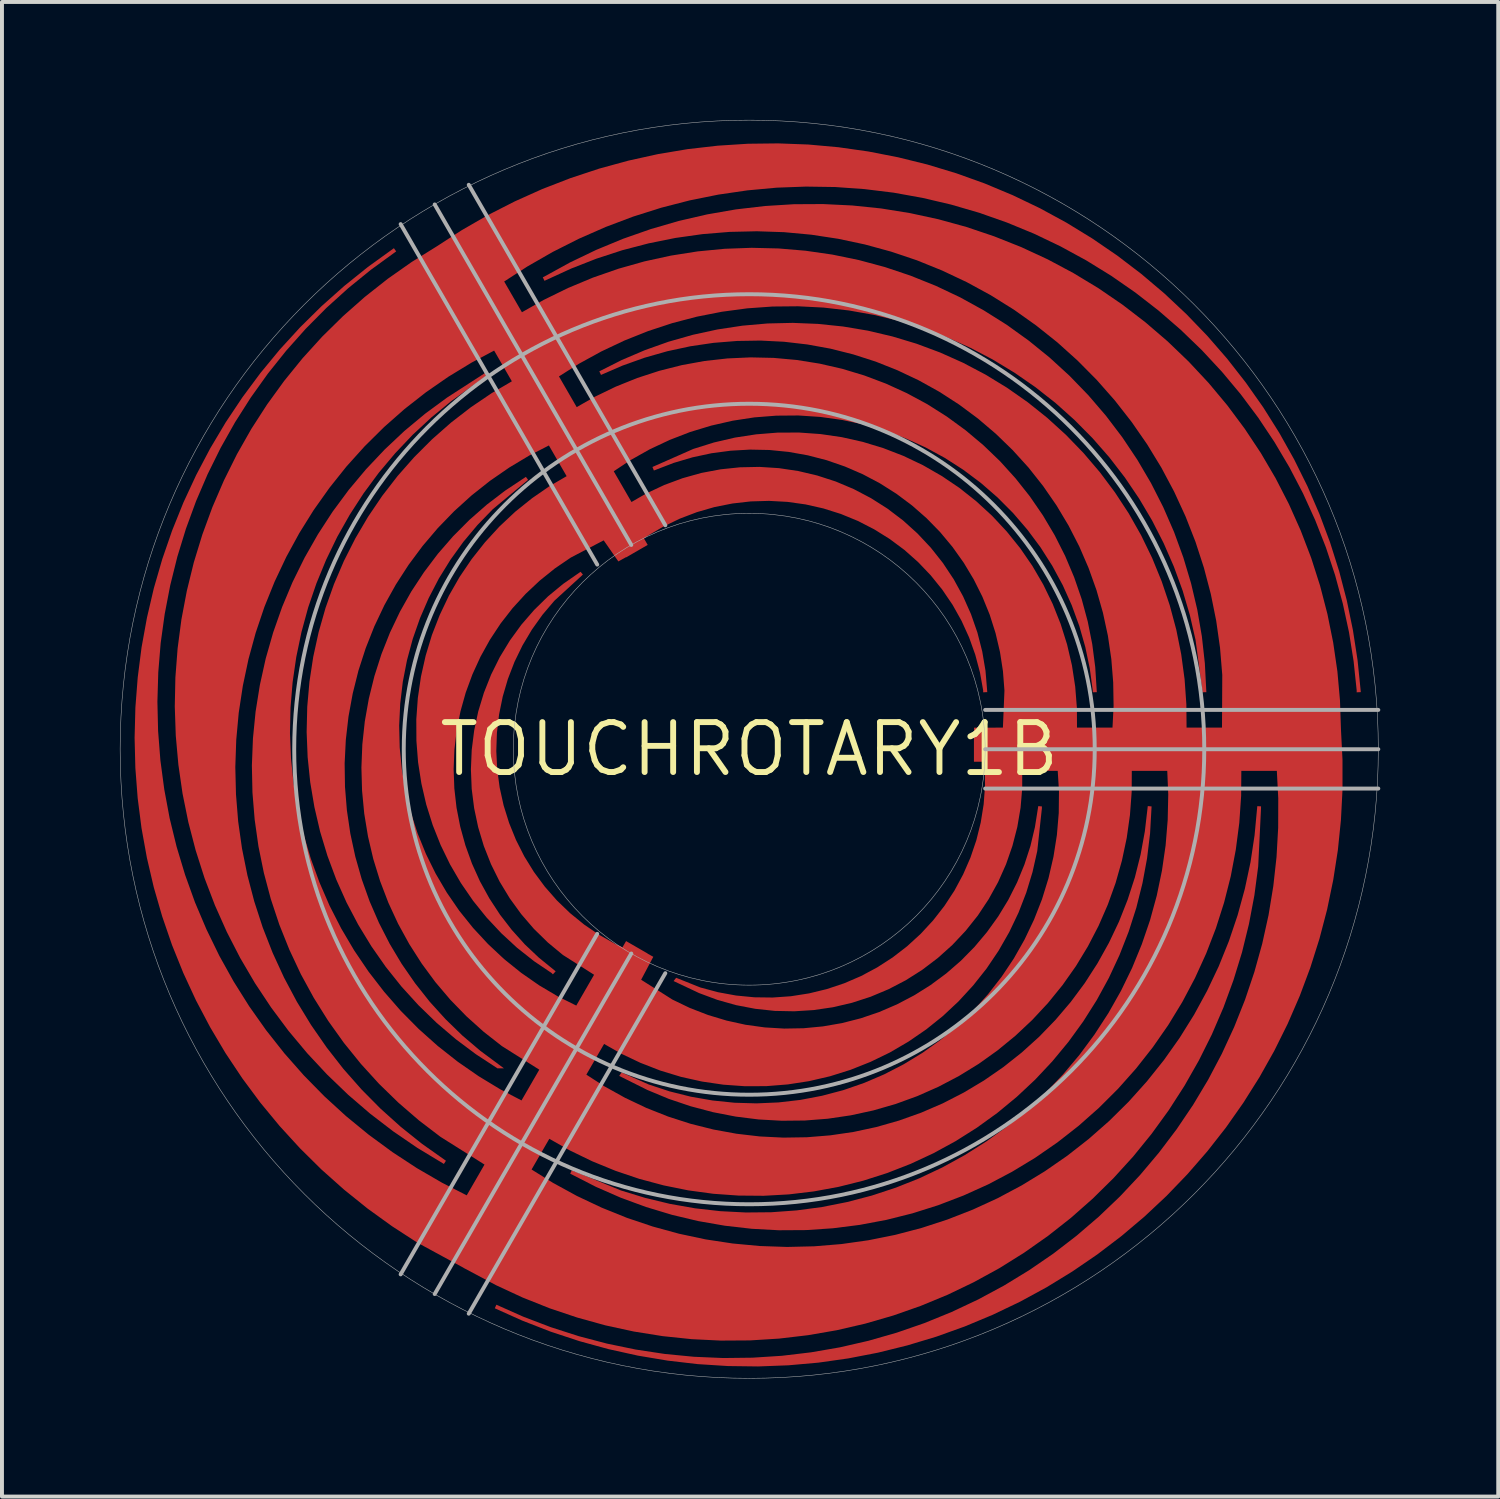
<source format=kicad_pcb>
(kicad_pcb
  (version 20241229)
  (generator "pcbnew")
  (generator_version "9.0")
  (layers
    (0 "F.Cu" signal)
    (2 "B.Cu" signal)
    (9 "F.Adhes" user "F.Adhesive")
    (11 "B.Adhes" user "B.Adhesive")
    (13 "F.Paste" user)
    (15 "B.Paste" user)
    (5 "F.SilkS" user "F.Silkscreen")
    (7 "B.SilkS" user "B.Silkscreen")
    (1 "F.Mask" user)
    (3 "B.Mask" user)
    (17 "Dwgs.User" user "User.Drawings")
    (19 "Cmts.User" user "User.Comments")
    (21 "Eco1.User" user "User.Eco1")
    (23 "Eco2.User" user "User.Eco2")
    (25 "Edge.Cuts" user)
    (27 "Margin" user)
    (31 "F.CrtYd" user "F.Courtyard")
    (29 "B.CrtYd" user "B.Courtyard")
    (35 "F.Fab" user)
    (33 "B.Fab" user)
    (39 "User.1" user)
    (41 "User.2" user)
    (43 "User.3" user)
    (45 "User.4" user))
  (footprint "TOUCHROTARY1B"
    (layer "F.Cu")
    (at 16.006 16.006)
    (property "Reference" "TOUCHROTARY1B" (at 0 0 0) (unlocked yes) (layer "F.SilkS") (effects (font (size 1.27 1.27) (thickness 0.15))))
    (fp_line (start -3.866 -4.696) (end -8.866 -13.356) (stroke (width 0.1) (type solid)) (layer "F.Fab"))
    (fp_line (start -3.866 4.696) (end -8.866 13.356) (stroke (width 0.1) (type solid)) (layer "F.Fab"))
    (fp_line (start -3 -5.196) (end -8 -13.856) (stroke (width 0.1) (type solid)) (layer "F.Fab"))
    (fp_line (start -3 5.196) (end -8 13.856) (stroke (width 0.1) (type solid)) (layer "F.Fab"))
    (fp_line (start -2.134 -5.696) (end -7.134 -14.356) (stroke (width 0.1) (type solid)) (layer "F.Fab"))
    (fp_line (start -2.134 5.696) (end -7.134 14.356) (stroke (width 0.1) (type solid)) (layer "F.Fab"))
    (fp_line (start 6 -1) (end 16 -1) (stroke (width 0.1) (type solid)) (layer "F.Fab"))
    (fp_line (start 6 0) (end 16 0) (stroke (width 0.1) (type solid)) (layer "F.Fab"))
    (fp_line (start 6 1) (end 16 1) (stroke (width 0.1) (type solid)) (layer "F.Fab"))
    (fp_circle (center 0 0) (end 6 0) (stroke (width 0.013) (type solid)) (fill no) (layer "F.Fab"))
    (fp_circle (center 0 0) (end 8.787 0) (stroke (width 0.1) (type solid)) (fill no) (layer "F.Fab"))
    (fp_circle (center 0 0) (end 11.573 0) (stroke (width 0.1) (type solid)) (fill no) (layer "F.Fab"))
    (fp_circle (center 0 0) (end 16 0) (stroke (width 0.013) (type solid)) (fill no) (layer "F.Fab"))
    (pad "P0" smd custom (at 6.35 0) (size 1.27 0.635) (layers "F.Cu") (options (anchor rect)) (primitives (gr_poly (pts (xy -3.732 -13.83) (xy -2.994 -13.754) (xy -2.262 -13.636) (xy -1.537 -13.479) (xy -0.822 -13.282) (xy -0.12 -13.045) (xy 0.569 -12.771) (xy 1.242 -12.459) (xy 1.896 -12.11) (xy 2.531 -11.726) (xy 3.143 -11.307) (xy 3.731 -10.855) (xy 4.293 -10.372) (xy 4.828 -9.858) (xy 5.334 -9.316) (xy 5.809 -8.747) (xy 6.252 -8.152) (xy 6.662 -7.534) (xy 7.037 -6.894) (xy 7.376 -6.235) (xy 7.678 -5.558) (xy 7.943 -4.865) (xy 8.169 -4.158) (xy 8.355 -3.441) (xy 8.502 -2.714) (xy 8.609 -1.98) (xy 8.675 -1.241) (xy 8.7 -0.502) (xy 8.739 0.264) (xy 8.739 1.033) (xy 8.699 1.801) (xy 8.621 2.566) (xy 8.503 3.326) (xy 8.347 4.079) (xy 8.152 4.823) (xy 7.92 5.556) (xy 7.651 6.276) (xy 7.345 6.982) (xy 7.003 7.671) (xy 6.627 8.341) (xy 6.217 8.992) (xy 5.775 9.621) (xy 5.301 10.226) (xy 4.796 10.807) (xy 4.263 11.361) (xy 3.702 11.887) (xy 3.115 12.383) (xy 2.503 12.849) (xy 1.868 13.283) (xy 1.212 13.685) (xy 0.537 14.052) (xy -0.157 14.384) (xy -0.866 14.68) (xy -1.59 14.94) (xy -2.326 15.162) (xy -3.073 15.347) (xy -3.828 15.493) (xy -4.589 15.601) (xy -5.355 15.669) (xy -6.123 15.698) (xy -6.892 15.688) (xy -7.66 15.639) (xy -8.424 15.55) (xy -9.182 15.423) (xy -9.933 15.257) (xy -10.674 15.053) (xy -11.404 14.812) (xy -12.121 14.533) (xy -12.821 14.219) (xy -12.801 14.173) (xy -12.801 14.173) (xy -12.781 14.128) (xy -12.098 14.432) (xy -11.401 14.698) (xy -10.69 14.927) (xy -9.968 15.117) (xy -9.238 15.268) (xy -8.5 15.38) (xy -7.757 15.452) (xy -7.011 15.484) (xy -6.265 15.475) (xy -5.52 15.427) (xy -4.779 15.339) (xy -4.044 15.212) (xy -3.317 15.045) (xy -2.599 14.839) (xy -1.894 14.595) (xy -1.203 14.313) (xy -0.528 13.995) (xy 0.129 13.641) (xy 0.766 13.252) (xy 1.382 12.83) (xy 1.973 12.375) (xy 2.54 11.889) (xy 3.079 11.374) (xy 3.59 10.83) (xy 4.071 10.259) (xy 4.521 9.664) (xy 4.939 9.045) (xy 5.322 8.405) (xy 5.67 7.745) (xy 5.983 7.067) (xy 6.259 6.374) (xy 6.497 5.666) (xy 6.697 4.947) (xy 6.858 4.219) (xy 6.979 3.482) (xy 7.061 2.741) (xy 7.103 1.995) (xy 7.105 1.249) (xy 7.069 0.55) (xy 6.166 0.55) (xy 6.161 1.187) (xy 6.114 1.873) (xy 6.025 2.555) (xy 5.897 3.231) (xy 5.728 3.897) (xy 5.519 4.553) (xy 5.272 5.194) (xy 4.987 5.82) (xy 4.665 6.428) (xy 4.307 7.015) (xy 3.914 7.58) (xy 3.489 8.12) (xy 3.032 8.634) (xy 2.545 9.12) (xy 2.03 9.576) (xy 1.488 10) (xy 0.922 10.391) (xy 0.334 10.747) (xy -0.274 11.068) (xy -0.901 11.351) (xy -1.543 11.597) (xy -2.199 11.804) (xy -2.866 11.971) (xy -3.542 12.098) (xy -4.225 12.184) (xy -4.911 12.23) (xy -5.599 12.234) (xy -6.285 12.197) (xy -6.969 12.119) (xy -7.646 12.001) (xy -8.315 11.842) (xy -8.974 11.643) (xy -9.619 11.406) (xy -10.249 11.13) (xy -10.903 10.795) (xy -10.863 10.708) (xy -9.616 11.221) (xy -8.997 11.411) (xy -8.367 11.563) (xy -7.729 11.676) (xy -7.084 11.749) (xy -6.437 11.782) (xy -5.789 11.776) (xy -5.142 11.729) (xy -4.499 11.643) (xy -3.863 11.517) (xy -3.236 11.353) (xy -2.62 11.15) (xy -2.018 10.91) (xy -1.432 10.633) (xy -0.864 10.32) (xy -0.316 9.973) (xy 0.209 9.594) (xy 0.71 9.182) (xy 1.185 8.74) (xy 1.631 8.27) (xy 2.048 7.774) (xy 2.433 7.253) (xy 2.786 6.709) (xy 3.105 6.144) (xy 3.388 5.561) (xy 3.634 4.961) (xy 3.844 4.347) (xy 4.015 3.722) (xy 4.147 3.087) (xy 4.24 2.446) (xy 4.293 1.8) (xy 4.307 1.151) (xy 4.282 0.55) (xy 3.38 0.55) (xy 3.377 1.087) (xy 3.333 1.674) (xy 3.251 2.256) (xy 3.129 2.832) (xy 2.969 3.398) (xy 2.77 3.952) (xy 2.535 4.491) (xy 2.264 5.013) (xy 1.959 5.516) (xy 1.62 5.997) (xy 1.249 6.454) (xy 0.849 6.884) (xy 0.42 7.287) (xy -0.035 7.66) (xy -0.514 8.002) (xy -1.015 8.31) (xy -1.536 8.584) (xy -2.074 8.822) (xy -2.627 9.023) (xy -3.192 9.186) (xy -3.767 9.311) (xy -4.349 9.397) (xy -4.935 9.443) (xy -5.524 9.449) (xy -6.111 9.416) (xy -6.695 9.343) (xy -7.272 9.231) (xy -7.841 9.08) (xy -8.398 8.892) (xy -8.941 8.666) (xy -9.657 8.309) (xy -9.598 8.22) (xy -8.906 8.527) (xy -8.375 8.702) (xy -7.832 8.838) (xy -7.281 8.934) (xy -6.724 8.991) (xy -6.165 9.007) (xy -5.606 8.983) (xy -5.05 8.919) (xy -4.5 8.814) (xy -3.959 8.671) (xy -3.43 8.488) (xy -2.916 8.268) (xy -2.419 8.011) (xy -1.941 7.72) (xy -1.486 7.394) (xy -1.056 7.036) (xy -0.652 6.649) (xy -0.278 6.233) (xy 0.066 5.791) (xy 0.377 5.326) (xy 0.653 4.839) (xy 0.893 4.334) (xy 1.097 3.813) (xy 1.262 3.278) (xy 1.388 2.733) (xy 1.475 2.181) (xy 1.522 1.623) (xy 1.528 1.063) (xy 1.496 0.55) (xy 0.593 0.55) (xy 0.593 0.994) (xy 0.551 1.489) (xy 0.468 1.978) (xy 0.344 2.458) (xy 0.181 2.927) (xy -0.021 3.38) (xy -0.261 3.814) (xy -0.535 4.228) (xy -0.844 4.616) (xy -1.184 4.978) (xy -1.553 5.309) (xy -1.948 5.609) (xy -2.367 5.875) (xy -2.807 6.104) (xy -3.265 6.296) (xy -3.737 6.449) (xy -4.22 6.562) (xy -4.711 6.634) (xy -5.206 6.665) (xy -5.702 6.655) (xy -6.195 6.602) (xy -6.683 6.509) (xy -7.16 6.375) (xy -7.625 6.202) (xy -8.274 5.896) (xy -8.209 5.813) (xy -7.594 6.059) (xy -7.144 6.18) (xy -6.685 6.264) (xy -6.221 6.309) (xy -5.754 6.315) (xy -5.289 6.282) (xy -4.829 6.21) (xy -4.376 6.1) (xy -3.933 5.952) (xy -3.505 5.768) (xy -3.094 5.548) (xy -2.702 5.295) (xy -2.333 5.01) (xy -1.989 4.695) (xy -1.673 4.353) (xy -1.386 3.985) (xy -1.131 3.595) (xy -0.91 3.184) (xy -0.724 2.757) (xy -0.574 2.315) (xy -0.462 1.863) (xy -0.388 1.402) (xy -0.353 0.937) (xy -0.357 0.471) (xy -0.395 0.055) (xy -0.635 0) (xy -0.632 -0.548) (xy 0.102 -0.55) (xy 0.141 -1.492) (xy 0.103 -1.984) (xy 0.028 -2.471) (xy -0.085 -2.952) (xy -0.234 -3.422) (xy -0.42 -3.879) (xy -0.641 -4.321) (xy -0.895 -4.744) (xy -1.181 -5.146) (xy -1.497 -5.525) (xy -1.842 -5.878) (xy -2.213 -6.203) (xy -2.609 -6.499) (xy -3.026 -6.763) (xy -3.462 -6.994) (xy -3.915 -7.19) (xy -4.381 -7.351) (xy -4.859 -7.475) (xy -5.345 -7.562) (xy -5.836 -7.611) (xy -6.329 -7.621) (xy -6.822 -7.593) (xy -7.311 -7.528) (xy -7.794 -7.424) (xy -8.267 -7.284) (xy -8.775 -7.089) (xy -8.812 -7.179) (xy -7.772 -7.638) (xy -7.248 -7.802) (xy -6.716 -7.926) (xy -6.175 -8.009) (xy -5.629 -8.053) (xy -5.082 -8.055) (xy -4.536 -8.016) (xy -3.995 -7.937) (xy -3.461 -7.817) (xy -2.938 -7.658) (xy -2.427 -7.46) (xy -1.933 -7.225) (xy -1.459 -6.953) (xy -1.005 -6.647) (xy -0.576 -6.307) (xy -0.173 -5.937) (xy 0.2 -5.537) (xy 0.543 -5.111) (xy 0.853 -4.66) (xy 1.129 -4.187) (xy 1.368 -3.695) (xy 1.57 -3.187) (xy 1.734 -2.665) (xy 1.858 -2.132) (xy 1.941 -1.591) (xy 1.984 -1.045) (xy 1.986 -0.55) (xy 2.889 -0.55) (xy 2.917 -1.101) (xy 2.907 -1.699) (xy 2.859 -2.295) (xy 2.772 -2.887) (xy 2.646 -3.471) (xy 2.482 -4.046) (xy 2.281 -4.609) (xy 2.044 -5.158) (xy 1.771 -5.69) (xy 1.464 -6.203) (xy 1.124 -6.695) (xy 0.753 -7.164) (xy 0.351 -7.607) (xy -0.078 -8.023) (xy -0.534 -8.411) (xy -1.013 -8.767) (xy -1.516 -9.092) (xy -2.038 -9.382) (xy -2.579 -9.638) (xy -3.134 -9.859) (xy -3.704 -10.042) (xy -4.283 -10.188) (xy -4.872 -10.295) (xy -5.466 -10.364) (xy -6.063 -10.394) (xy -6.661 -10.384) (xy -7.257 -10.336) (xy -7.848 -10.249) (xy -8.433 -10.123) (xy -9.008 -9.959) (xy -9.571 -9.758) (xy -10.121 -9.52) (xy -10.141 -9.566) (xy -10.141 -9.566) (xy -10.164 -9.611) (xy -9.593 -9.899) (xy -9.003 -10.151) (xy -8.399 -10.366) (xy -7.783 -10.541) (xy -7.156 -10.677) (xy -6.522 -10.773) (xy -5.884 -10.829) (xy -5.243 -10.844) (xy -4.602 -10.818) (xy -3.965 -10.752) (xy -3.333 -10.646) (xy -2.709 -10.499) (xy -2.095 -10.314) (xy -1.494 -10.09) (xy -0.909 -9.828) (xy -0.342 -9.529) (xy 0.205 -9.195) (xy 0.73 -8.828) (xy 1.231 -8.427) (xy 1.705 -7.996) (xy 2.151 -7.535) (xy 2.567 -7.047) (xy 2.951 -6.534) (xy 3.302 -5.998) (xy 3.618 -5.44) (xy 3.898 -4.863) (xy 4.14 -4.27) (xy 4.345 -3.662) (xy 4.511 -3.043) (xy 4.637 -2.414) (xy 4.723 -1.779) (xy 4.768 -1.14) (xy 4.773 -0.55) (xy 5.674 -0.55) (xy 5.681 -1.89) (xy 5.624 -2.58) (xy 5.527 -3.266) (xy 5.39 -3.946) (xy 5.214 -4.616) (xy 5 -5.275) (xy 4.747 -5.921) (xy 4.457 -6.551) (xy 4.132 -7.162) (xy 3.771 -7.754) (xy 3.376 -8.324) (xy 2.949 -8.87) (xy 2.491 -9.39) (xy 2.003 -9.883) (xy 1.488 -10.347) (xy 0.946 -10.779) (xy 0.381 -11.18) (xy -0.207 -11.547) (xy -0.816 -11.879) (xy -1.443 -12.175) (xy -2.085 -12.435) (xy -2.742 -12.656) (xy -3.411 -12.839) (xy -4.089 -12.983) (xy -4.774 -13.087) (xy -5.465 -13.151) (xy -6.157 -13.174) (xy -6.85 -13.158) (xy -7.541 -13.101) (xy -8.228 -13.004) (xy -8.907 -12.867) (xy -9.578 -12.692) (xy -10.237 -12.477) (xy -10.882 -12.224) (xy -11.558 -11.914) (xy -11.601 -12.002) (xy -11.558 -12.024) (xy -10.91 -12.38) (xy -10.241 -12.701) (xy -9.556 -12.984) (xy -8.856 -13.229) (xy -8.144 -13.436) (xy -7.421 -13.603) (xy -6.691 -13.73) (xy -5.954 -13.816) (xy -5.214 -13.862) (xy -4.472 -13.866)) (width 0) (fill yes))))
    (pad "P1" smd custom (at -3.175 -5.588 120) (size 1.27 0.635) (layers "F.Cu") (options (anchor rect)) (primitives (gr_poly (pts (xy 6.141 8.948) (xy 5.698 9.577) (xy 5.224 10.182) (xy 4.719 10.762) (xy 4.186 11.316) (xy 3.625 11.842) (xy 3.038 12.339) (xy 2.426 12.805) (xy 1.792 13.239) (xy 1.136 13.64) (xy 0.46 14.007) (xy -0.234 14.34) (xy -0.943 14.636) (xy -1.667 14.896) (xy -2.403 15.118) (xy -3.15 15.303) (xy -3.904 15.449) (xy -4.666 15.556) (xy -5.432 15.625) (xy -6.2 15.654) (xy -6.969 15.644) (xy -7.737 15.595) (xy -8.5 15.506) (xy -9.259 15.379) (xy -10.01 15.213) (xy -10.751 15.009) (xy -11.481 14.767) (xy -12.198 14.489) (xy -12.946 14.153) (xy -12.898 14.059) (xy -12.855 14.084) (xy -12.174 14.387) (xy -11.477 14.654) (xy -10.767 14.882) (xy -10.045 15.073) (xy -9.314 15.224) (xy -8.577 15.335) (xy -7.834 15.407) (xy -7.088 15.439) (xy -6.342 15.431) (xy -5.597 15.383) (xy -4.856 15.295) (xy -4.121 15.167) (xy -3.393 15) (xy -2.676 14.794) (xy -1.971 14.55) (xy -1.28 14.269) (xy -0.605 13.951) (xy 0.052 13.597) (xy 0.689 13.208) (xy 1.305 12.786) (xy 1.896 12.331) (xy 2.463 11.845) (xy 3.002 11.329) (xy 3.513 10.785) (xy 3.995 10.215) (xy 4.444 9.619) (xy 4.862 9.001) (xy 5.245 8.36) (xy 5.594 7.701) (xy 5.906 7.023) (xy 6.182 6.329) (xy 6.42 5.622) (xy 6.62 4.903) (xy 6.781 4.174) (xy 6.902 3.438) (xy 6.984 2.696) (xy 7.026 1.951) (xy 7.028 1.205) (xy 6.992 0.506) (xy 6.089 0.506) (xy 6.084 1.142) (xy 6.037 1.829) (xy 5.949 2.511) (xy 5.82 3.186) (xy 5.651 3.853) (xy 5.442 4.508) (xy 5.195 5.15) (xy 4.91 5.776) (xy 4.588 6.384) (xy 4.23 6.971) (xy 3.837 7.536) (xy 3.412 8.076) (xy 2.955 8.59) (xy 2.468 9.076) (xy 1.953 9.531) (xy 1.411 9.956) (xy 0.846 10.347) (xy 0.257 10.703) (xy -0.351 11.024) (xy -0.978 11.307) (xy -1.62 11.553) (xy -2.276 11.76) (xy -2.943 11.927) (xy -3.619 12.054) (xy -4.301 12.14) (xy -4.988 12.185) (xy -5.676 12.19) (xy -6.362 12.153) (xy -7.046 12.075) (xy -7.723 11.956) (xy -8.392 11.797) (xy -9.051 11.599) (xy -9.696 11.361) (xy -10.326 11.085) (xy -10.983 10.75) (xy -10.934 10.659) (xy -10.892 10.683) (xy -9.693 11.177) (xy -9.074 11.367) (xy -8.444 11.519) (xy -7.805 11.631) (xy -7.161 11.704) (xy -6.514 11.738) (xy -5.866 11.731) (xy -5.219 11.685) (xy -4.576 11.599) (xy -3.94 11.473) (xy -3.313 11.308) (xy -2.697 11.106) (xy -2.095 10.865) (xy -1.509 10.588) (xy -0.941 10.276) (xy -0.393 9.929) (xy 0.132 9.549) (xy 0.633 9.138) (xy 1.108 8.696) (xy 1.554 8.226) (xy 1.971 7.73) (xy 2.357 7.208) (xy 2.709 6.664) (xy 3.028 6.099) (xy 3.311 5.516) (xy 3.557 4.917) (xy 3.767 4.303) (xy 3.938 3.678) (xy 4.07 3.043) (xy 4.163 2.401) (xy 4.216 1.755) (xy 4.23 1.107) (xy 4.205 0.506) (xy 3.303 0.506) (xy 3.3 1.043) (xy 3.257 1.629) (xy 3.174 2.212) (xy 3.052 2.787) (xy 2.892 3.353) (xy 2.694 3.907) (xy 2.458 4.446) (xy 2.187 4.969) (xy 1.882 5.471) (xy 1.543 5.952) (xy 1.172 6.409) (xy 0.772 6.84) (xy 0.343 7.243) (xy -0.112 7.616) (xy -0.591 7.957) (xy -1.092 8.266) (xy -1.613 8.539) (xy -2.151 8.777) (xy -2.704 8.978) (xy -3.269 9.142) (xy -3.844 9.266) (xy -4.426 9.352) (xy -5.012 9.398) (xy -5.601 9.405) (xy -6.188 9.372) (xy -6.772 9.299) (xy -7.349 9.187) (xy -7.918 9.036) (xy -8.475 8.847) (xy -9.018 8.621) (xy -9.59 8.337) (xy -9.541 8.246) (xy -9.499 8.27) (xy -8.983 8.482) (xy -8.451 8.657) (xy -7.909 8.793) (xy -7.358 8.89) (xy -6.801 8.947) (xy -6.242 8.963) (xy -5.683 8.939) (xy -5.127 8.874) (xy -4.577 8.77) (xy -4.036 8.626) (xy -3.507 8.444) (xy -2.993 8.224) (xy -2.495 7.967) (xy -2.018 7.675) (xy -1.563 7.35) (xy -1.133 6.992) (xy -0.729 6.604) (xy -0.355 6.189) (xy -0.011 5.747) (xy 0.3 5.282) (xy 0.576 4.795) (xy 0.817 4.29) (xy 1.02 3.769) (xy 1.185 3.234) (xy 1.312 2.689) (xy 1.398 2.136) (xy 1.445 1.578) (xy 1.451 1.019) (xy 1.419 0.506) (xy 0.516 0.506) (xy 0.516 0.95) (xy 0.474 1.444) (xy 0.391 1.933) (xy 0.268 2.414) (xy 0.104 2.882) (xy -0.098 3.335) (xy -0.337 3.77) (xy -0.612 4.183) (xy -0.921 4.572) (xy -1.261 4.933) (xy -1.629 5.265) (xy -2.025 5.565) (xy -2.444 5.83) (xy -2.884 6.06) (xy -3.341 6.252) (xy -3.813 6.405) (xy -4.297 6.518) (xy -4.787 6.59) (xy -5.283 6.621) (xy -5.779 6.61) (xy -6.272 6.558) (xy -6.759 6.465) (xy -7.237 6.331) (xy -7.702 6.158) (xy -8.196 5.925) (xy -8.148 5.832) (xy -8.107 5.856) (xy -7.67 6.014) (xy -7.22 6.136) (xy -6.762 6.22) (xy -6.298 6.265) (xy -5.831 6.271) (xy -5.366 6.237) (xy -4.906 6.165) (xy -4.452 6.055) (xy -4.01 5.908) (xy -3.582 5.723) (xy -3.171 5.504) (xy -2.779 5.251) (xy -2.41 4.966) (xy -2.066 4.651) (xy -1.75 4.309) (xy -1.463 3.941) (xy -1.208 3.55) (xy -0.987 3.14) (xy -0.801 2.712) (xy -0.651 2.271) (xy -0.539 1.818) (xy -0.465 1.358) (xy -0.43 0.893) (xy -0.434 0.427) (xy -0.472 0.011) (xy -0.635 0) (xy -0.626 -0.539) (xy 0.025 -0.594) (xy 0.064 -1.537) (xy 0.027 -2.028) (xy -0.049 -2.516) (xy -0.162 -2.996) (xy -0.311 -3.466) (xy -0.497 -3.924) (xy -0.718 -4.365) (xy -0.972 -4.788) (xy -1.258 -5.19) (xy -1.574 -5.569) (xy -1.919 -5.922) (xy -2.29 -6.248) (xy -2.686 -6.543) (xy -3.103 -6.807) (xy -3.539 -7.038) (xy -3.992 -7.235) (xy -4.458 -7.395) (xy -4.936 -7.519) (xy -5.422 -7.606) (xy -5.913 -7.655) (xy -6.406 -7.665) (xy -6.899 -7.638) (xy -7.388 -7.572) (xy -7.871 -7.469) (xy -8.344 -7.328) (xy -8.856 -7.132) (xy -8.888 -7.232) (xy -8.842 -7.244) (xy -8.356 -7.481) (xy -7.848 -7.683) (xy -7.325 -7.846) (xy -6.792 -7.97) (xy -6.252 -8.054) (xy -5.706 -8.097) (xy -5.159 -8.099) (xy -4.613 -8.06) (xy -4.072 -7.981) (xy -3.538 -7.862) (xy -3.014 -7.702) (xy -2.504 -7.505) (xy -2.01 -7.269) (xy -1.535 -6.998) (xy -1.082 -6.691) (xy -0.653 -6.352) (xy -0.25 -5.981) (xy 0.124 -5.582) (xy 0.466 -5.155) (xy 0.777 -4.704) (xy 1.052 -4.232) (xy 1.291 -3.74) (xy 1.493 -3.231) (xy 1.657 -2.709) (xy 1.781 -2.176) (xy 1.864 -1.635) (xy 1.908 -1.09) (xy 1.91 -0.594) (xy 2.812 -0.594) (xy 2.84 -1.146) (xy 2.83 -1.743) (xy 2.782 -2.339) (xy 2.695 -2.931) (xy 2.569 -3.516) (xy 2.405 -4.091) (xy 2.204 -4.654) (xy 1.967 -5.202) (xy 1.694 -5.735) (xy 1.387 -6.248) (xy 1.047 -6.74) (xy 0.676 -7.208) (xy 0.275 -7.652) (xy -0.155 -8.068) (xy -0.61 -8.455) (xy -1.09 -8.811) (xy -1.593 -9.136) (xy -2.115 -9.427) (xy -2.655 -9.683) (xy -3.211 -9.903) (xy -3.78 -10.086) (xy -4.36 -10.232) (xy -4.948 -10.34) (xy -5.542 -10.408) (xy -6.14 -10.438) (xy -6.737 -10.429) (xy -7.333 -10.38) (xy -7.925 -10.293) (xy -8.509 -10.167) (xy -9.085 -10.004) (xy -9.648 -9.803) (xy -10.337 -9.505) (xy -10.254 -9.648) (xy -9.67 -9.943) (xy -9.08 -10.196) (xy -8.476 -10.41) (xy -7.86 -10.585) (xy -7.233 -10.722) (xy -6.599 -10.818) (xy -5.961 -10.873) (xy -5.32 -10.888) (xy -4.679 -10.863) (xy -4.042 -10.797) (xy -3.409 -10.69) (xy -2.785 -10.544) (xy -2.172 -10.358) (xy -1.571 -10.134) (xy -0.986 -9.872) (xy -0.419 -9.574) (xy 0.129 -9.24) (xy 0.654 -8.872) (xy 1.154 -8.472) (xy 1.628 -8.04) (xy 2.074 -7.58) (xy 2.49 -7.092) (xy 2.874 -6.579) (xy 3.225 -6.042) (xy 3.541 -5.484) (xy 3.821 -4.907) (xy 4.064 -4.314) (xy 4.268 -3.707) (xy 4.434 -3.087) (xy 4.56 -2.459) (xy 4.646 -1.824) (xy 4.692 -1.184) (xy 4.696 -0.594) (xy 5.598 -0.594) (xy 5.62 -1.24) (xy 5.604 -1.933) (xy 5.547 -2.624) (xy 5.45 -3.311) (xy 5.313 -3.99) (xy 5.137 -4.661) (xy 4.923 -5.32) (xy 4.67 -5.965) (xy 4.381 -6.595) (xy 4.055 -7.207) (xy 3.694 -7.799) (xy 3.299 -8.369) (xy 2.872 -8.915) (xy 2.414 -9.435) (xy 1.926 -9.928) (xy 1.411 -10.391) (xy 0.87 -10.824) (xy 0.304 -11.224) (xy -0.284 -11.591) (xy -0.893 -11.923) (xy -1.519 -12.22) (xy -2.162 -12.479) (xy -2.819 -12.7) (xy -3.488 -12.883) (xy -4.166 -13.027) (xy -4.851 -13.131) (xy -5.541 -13.195) (xy -6.234 -13.219) (xy -6.927 -13.202) (xy -7.618 -13.145) (xy -8.304 -13.049) (xy -8.984 -12.912) (xy -9.655 -12.736) (xy -10.314 -12.521) (xy -10.959 -12.269) (xy -11.634 -11.958) (xy -11.678 -12.044) (xy -10.987 -12.424) (xy -10.318 -12.745) (xy -9.633 -13.029) (xy -8.933 -13.274) (xy -8.221 -13.48) (xy -7.498 -13.647) (xy -6.768 -13.774) (xy -6.031 -13.86) (xy -5.291 -13.906) (xy -4.549 -13.911) (xy -3.809 -13.875) (xy -3.071 -13.798) (xy -2.339 -13.681) (xy -1.614 -13.523) (xy -0.899 -13.326) (xy -0.196 -13.09) (xy 0.492 -12.815) (xy 1.165 -12.503) (xy 1.82 -12.154) (xy 2.454 -11.77) (xy 3.066 -11.351) (xy 3.654 -10.9) (xy 4.216 -10.416) (xy 4.751 -9.903) (xy 5.257 -9.36) (xy 5.732 -8.791) (xy 6.175 -8.196) (xy 6.585 -7.578) (xy 6.96 -6.939) (xy 7.299 -6.279) (xy 7.601 -5.602) (xy 7.866 -4.909) (xy 8.092 -4.203) (xy 8.278 -3.485) (xy 8.425 -2.758) (xy 8.532 -2.024) (xy 8.598 -1.286) (xy 8.623 -0.546) (xy 8.662 0.22) (xy 8.662 0.989) (xy 8.622 1.757) (xy 8.544 2.522) (xy 8.426 3.282) (xy 8.27 4.035) (xy 8.075 4.778) (xy 7.843 5.512) (xy 7.574 6.232) (xy 7.268 6.937) (xy 6.927 7.626) (xy 6.55 8.297)) (width 0) (fill yes))))
    (pad "P2" smd custom (at -3.175 5.588 60) (size 1.27 0.635) (layers "F.Cu") (options (anchor rect)) (primitives (gr_poly (pts (xy 12.903 -14.152) (xy 12.174 -14.476) (xy 11.477 -14.742) (xy 10.767 -14.971) (xy 10.045 -15.161) (xy 9.314 -15.312) (xy 8.577 -15.424) (xy 7.834 -15.496) (xy 7.088 -15.528) (xy 6.342 -15.52) (xy 5.597 -15.472) (xy 4.856 -15.384) (xy 4.121 -15.256) (xy 3.393 -15.089) (xy 2.676 -14.883) (xy 1.971 -14.639) (xy 1.28 -14.358) (xy 0.605 -14.039) (xy -0.052 -13.685) (xy -0.689 -13.297) (xy -1.305 -12.874) (xy -1.896 -12.419) (xy -2.463 -11.934) (xy -3.002 -11.418) (xy -3.513 -10.874) (xy -3.995 -10.304) (xy -4.444 -9.708) (xy -4.862 -9.089) (xy -5.245 -8.449) (xy -5.594 -7.789) (xy -5.906 -7.112) (xy -6.182 -6.418) (xy -6.42 -5.711) (xy -6.62 -4.992) (xy -6.781 -4.263) (xy -6.902 -3.527) (xy -6.984 -2.785) (xy -7.026 -2.04) (xy -7.028 -1.294) (xy -6.992 -0.594) (xy -6.088 -0.594) (xy -6.037 -1.916) (xy -5.949 -2.599) (xy -5.82 -3.275) (xy -5.651 -3.942) (xy -5.442 -4.597) (xy -5.195 -5.239) (xy -4.91 -5.865) (xy -4.588 -6.472) (xy -4.23 -7.06) (xy -3.837 -7.624) (xy -3.412 -8.165) (xy -2.955 -8.679) (xy -2.468 -9.164) (xy -1.953 -9.62) (xy -1.411 -10.044) (xy -0.846 -10.435) (xy -0.257 -10.792) (xy 0.351 -11.112) (xy 0.978 -11.396) (xy 1.62 -11.641) (xy 2.276 -11.848) (xy 2.943 -12.015) (xy 3.619 -12.142) (xy 4.301 -12.229) (xy 4.988 -12.274) (xy 5.676 -12.278) (xy 6.362 -12.242) (xy 7.046 -12.164) (xy 7.723 -12.045) (xy 8.392 -11.886) (xy 9.051 -11.688) (xy 9.696 -11.45) (xy 10.326 -11.174) (xy 11.358 -10.646) (xy 11.317 -10.58) (xy 10.301 -11.037) (xy 9.694 -11.265) (xy 9.074 -11.456) (xy 8.444 -11.607) (xy 7.806 -11.72) (xy 7.161 -11.793) (xy 6.514 -11.826) (xy 5.866 -11.82) (xy 5.219 -11.773) (xy 4.576 -11.687) (xy 3.94 -11.562) (xy 3.313 -11.397) (xy 2.697 -11.194) (xy 2.095 -10.954) (xy 1.509 -10.677) (xy 0.941 -10.365) (xy 0.393 -10.018) (xy -0.132 -9.638) (xy -0.633 -9.226) (xy -1.108 -8.785) (xy -1.554 -8.315) (xy -1.971 -7.818) (xy -2.357 -7.297) (xy -2.709 -6.753) (xy -3.028 -6.188) (xy -3.311 -5.605) (xy -3.557 -5.005) (xy -3.767 -4.392) (xy -3.938 -3.766) (xy -4.07 -3.132) (xy -4.163 -2.49) (xy -4.216 -1.844) (xy -4.23 -1.196) (xy -4.205 -0.594) (xy -3.301 -0.594) (xy -3.257 -1.717) (xy -3.174 -2.3) (xy -3.052 -2.876) (xy -2.892 -3.442) (xy -2.694 -3.996) (xy -2.458 -4.535) (xy -2.187 -5.057) (xy -1.882 -5.56) (xy -1.543 -6.041) (xy -1.172 -6.498) (xy -0.772 -6.929) (xy -0.343 -7.332) (xy 0.112 -7.705) (xy 0.591 -8.046) (xy 1.092 -8.354) (xy 1.613 -8.628) (xy 2.151 -8.866) (xy 2.704 -9.067) (xy 3.269 -9.23) (xy 3.844 -9.355) (xy 4.426 -9.441) (xy 5.012 -9.487) (xy 5.601 -9.494) (xy 6.188 -9.46) (xy 6.772 -9.388) (xy 7.349 -9.276) (xy 7.918 -9.125) (xy 8.475 -8.936) (xy 9.018 -8.71) (xy 9.586 -8.428) (xy 9.548 -8.341) (xy 8.451 -8.746) (xy 7.909 -8.882) (xy 7.358 -8.979) (xy 6.801 -9.035) (xy 6.242 -9.052) (xy 5.683 -9.027) (xy 5.127 -8.963) (xy 4.577 -8.859) (xy 4.036 -8.715) (xy 3.507 -8.533) (xy 2.993 -8.312) (xy 2.496 -8.056) (xy 2.018 -7.764) (xy 1.563 -7.438) (xy 1.133 -7.081) (xy 0.729 -6.693) (xy 0.355 -6.277) (xy 0.011 -5.836) (xy -0.3 -5.37) (xy -0.576 -4.884) (xy -0.817 -4.379) (xy -1.02 -3.857) (xy -1.185 -3.323) (xy -1.312 -2.778) (xy -1.398 -2.225) (xy -1.445 -1.667) (xy -1.451 -1.108) (xy -1.419 -0.594) (xy -0.514 -0.594) (xy -0.474 -1.532) (xy -0.391 -2.022) (xy -0.268 -2.503) (xy -0.104 -2.971) (xy 0.098 -3.424) (xy 0.337 -3.859) (xy 0.612 -4.272) (xy 0.921 -4.661) (xy 1.261 -5.022) (xy 1.63 -5.354) (xy 2.025 -5.654) (xy 2.444 -5.919) (xy 2.884 -6.149) (xy 3.341 -6.341) (xy 3.813 -6.494) (xy 4.297 -6.607) (xy 4.788 -6.679) (xy 5.283 -6.71) (xy 5.779 -6.699) (xy 6.272 -6.647) (xy 6.76 -6.553) (xy 7.237 -6.42) (xy 7.702 -6.246) (xy 8.191 -6.016) (xy 8.159 -5.93) (xy 8.114 -5.943) (xy 7.219 -6.225) (xy 6.762 -6.308) (xy 6.298 -6.353) (xy 5.831 -6.359) (xy 5.366 -6.326) (xy 4.906 -6.254) (xy 4.453 -6.144) (xy 4.01 -5.996) (xy 3.582 -5.812) (xy 3.171 -5.593) (xy 2.779 -5.34) (xy 2.41 -5.055) (xy 2.066 -4.74) (xy 1.75 -4.397) (xy 1.463 -4.029) (xy 1.208 -3.639) (xy 0.987 -3.229) (xy 0.801 -2.801) (xy 0.651 -2.359) (xy 0.539 -1.907) (xy 0.465 -1.447) (xy 0.43 -0.982) (xy 0.434 -0.515) (xy 0.472 -0.1) (xy 0.624 -0.064) (xy 0.635 0.482) (xy -0.025 0.506) (xy -0.064 1.448) (xy -0.027 1.939) (xy 0.049 2.427) (xy 0.162 2.907) (xy 0.311 3.378) (xy 0.497 3.835) (xy 0.718 4.277) (xy 0.972 4.7) (xy 1.258 5.102) (xy 1.574 5.481) (xy 1.919 5.834) (xy 2.29 6.159) (xy 2.686 6.454) (xy 3.103 6.718) (xy 3.539 6.949) (xy 3.992 7.146) (xy 4.458 7.307) (xy 4.936 7.431) (xy 5.422 7.517) (xy 5.913 7.566) (xy 6.406 7.577) (xy 6.899 7.549) (xy 7.388 7.483) (xy 7.871 7.38) (xy 8.344 7.239) (xy 8.85 7.045) (xy 8.889 7.129) (xy 8.847 7.153) (xy 7.848 7.594) (xy 7.325 7.757) (xy 6.792 7.881) (xy 6.252 7.965) (xy 5.706 8.008) (xy 5.159 8.01) (xy 4.613 7.972) (xy 4.072 7.892) (xy 3.538 7.773) (xy 3.014 7.614) (xy 2.504 7.416) (xy 2.01 7.18) (xy 1.535 6.909) (xy 1.082 6.602) (xy 0.653 6.263) (xy 0.25 5.893) (xy -0.124 5.493) (xy -0.466 5.067) (xy -0.777 4.616) (xy -1.052 4.143) (xy -1.291 3.651) (xy -1.493 3.142) (xy -1.657 2.62) (xy -1.781 2.087) (xy -1.864 1.547) (xy -1.908 1.001) (xy -1.91 0.506) (xy -2.812 0.506) (xy -2.84 1.057) (xy -2.83 1.655) (xy -2.782 2.251) (xy -2.695 2.842) (xy -2.569 3.427) (xy -2.405 4.002) (xy -2.204 4.565) (xy -1.967 5.114) (xy -1.694 5.646) (xy -1.387 6.159) (xy -1.047 6.651) (xy -0.676 7.12) (xy -0.275 7.563) (xy 0.155 7.979) (xy 0.61 8.366) (xy 1.09 8.723) (xy 1.593 9.047) (xy 2.115 9.338) (xy 2.655 9.594) (xy 3.211 9.814) (xy 3.78 9.998) (xy 4.36 10.143) (xy 4.948 10.251) (xy 5.542 10.32) (xy 6.14 10.349) (xy 6.737 10.34) (xy 7.333 10.292) (xy 7.925 10.204) (xy 8.509 10.079) (xy 9.085 9.915) (xy 9.648 9.714) (xy 10.243 9.457) (xy 10.284 9.545) (xy 9.67 9.855) (xy 9.08 10.107) (xy 8.476 10.321) (xy 7.86 10.497) (xy 7.233 10.633) (xy 6.599 10.729) (xy 5.961 10.785) (xy 5.32 10.8) (xy 4.679 10.774) (xy 4.042 10.708) (xy 3.409 10.601) (xy 2.785 10.455) (xy 2.172 10.269) (xy 1.571 10.045) (xy 0.986 9.783) (xy 0.419 9.485) (xy -0.129 9.151) (xy -0.654 8.783) (xy -1.154 8.383) (xy -1.628 7.952) (xy -2.074 7.491) (xy -2.49 7.003) (xy -2.874 6.49) (xy -3.225 5.953) (xy -3.541 5.395) (xy -3.821 4.819) (xy -4.064 4.225) (xy -4.268 3.618) (xy -4.434 2.999) (xy -4.56 2.37) (xy -4.646 1.735) (xy -4.692 1.095) (xy -4.696 0.506) (xy -5.598 0.506) (xy -5.62 1.152) (xy -5.604 1.845) (xy -5.547 2.535) (xy -5.45 3.222) (xy -5.313 3.901) (xy -5.137 4.572) (xy -4.923 5.231) (xy -4.67 5.877) (xy -4.381 6.506) (xy -4.055 7.118) (xy -3.694 7.71) (xy -3.299 8.28) (xy -2.872 8.826) (xy -2.414 9.346) (xy -1.926 9.839) (xy -1.411 10.302) (xy -0.87 10.735) (xy -0.304 11.136) (xy 0.284 11.503) (xy 0.893 11.835) (xy 1.519 12.131) (xy 2.162 12.39) (xy 2.819 12.612) (xy 3.488 12.795) (xy 4.166 12.938) (xy 4.851 13.042) (xy 5.541 13.106) (xy 6.234 13.13) (xy 6.927 13.113) (xy 7.618 13.057) (xy 8.304 12.96) (xy 8.984 12.823) (xy 9.655 12.647) (xy 10.314 12.433) (xy 10.959 12.18) (xy 11.634 11.87) (xy 11.678 11.955) (xy 11.635 11.979) (xy 10.319 12.656) (xy 9.633 12.94) (xy 8.933 13.185) (xy 8.221 13.392) (xy 7.498 13.558) (xy 6.768 13.685) (xy 6.031 13.772) (xy 5.291 13.817) (xy 4.549 13.822) (xy 3.809 13.786) (xy 3.071 13.709) (xy 2.339 13.592) (xy 1.614 13.434) (xy 0.899 13.237) (xy 0.196 13.001) (xy -0.492 12.726) (xy -1.165 12.414) (xy -1.82 12.066) (xy -2.454 11.681) (xy -3.066 11.263) (xy -3.654 10.811) (xy -4.216 10.328) (xy -4.751 9.814) (xy -5.257 9.272) (xy -5.732 8.702) (xy -6.175 8.108) (xy -6.585 7.49) (xy -6.96 6.85) (xy -7.299 6.19) (xy -7.601 5.513) (xy -7.866 4.82) (xy -8.092 4.114) (xy -8.278 3.396) (xy -8.425 2.67) (xy -8.532 1.936) (xy -8.598 1.197) (xy -8.63 0.257) (xy -8.628 0.26) (xy -8.662 -1.077) (xy -8.622 -1.845) (xy -8.544 -2.61) (xy -8.426 -3.37) (xy -8.27 -4.123) (xy -8.075 -4.867) (xy -7.843 -5.6) (xy -7.574 -6.321) (xy -7.268 -7.026) (xy -6.927 -7.715) (xy -6.55 -8.386) (xy -6.141 -9.036) (xy -5.698 -9.665) (xy -5.224 -10.271) (xy -4.719 -10.851) (xy -4.186 -11.405) (xy -3.625 -11.931) (xy -3.038 -12.428) (xy -2.426 -12.894) (xy -1.792 -13.328) (xy -1.136 -13.729) (xy -0.46 -14.096) (xy 0.234 -14.428) (xy 0.943 -14.725) (xy 1.667 -14.984) (xy 2.403 -15.207) (xy 3.15 -15.391) (xy 3.904 -15.537) (xy 4.666 -15.645) (xy 5.432 -15.713) (xy 6.2 -15.743) (xy 6.969 -15.733) (xy 7.737 -15.683) (xy 8.5 -15.595) (xy 9.259 -15.468) (xy 10.01 -15.302) (xy 10.751 -15.098) (xy 11.481 -14.856) (xy 12.198 -14.578) (xy 12.944 -14.243)) (width 0) (fill yes)))))
  (gr_rect
    (start -3 -3)
    (end 35.056 35.013)
    (stroke (width 0.1) (type default))
    (fill no)
    (layer "Edge.Cuts")))
</source>
